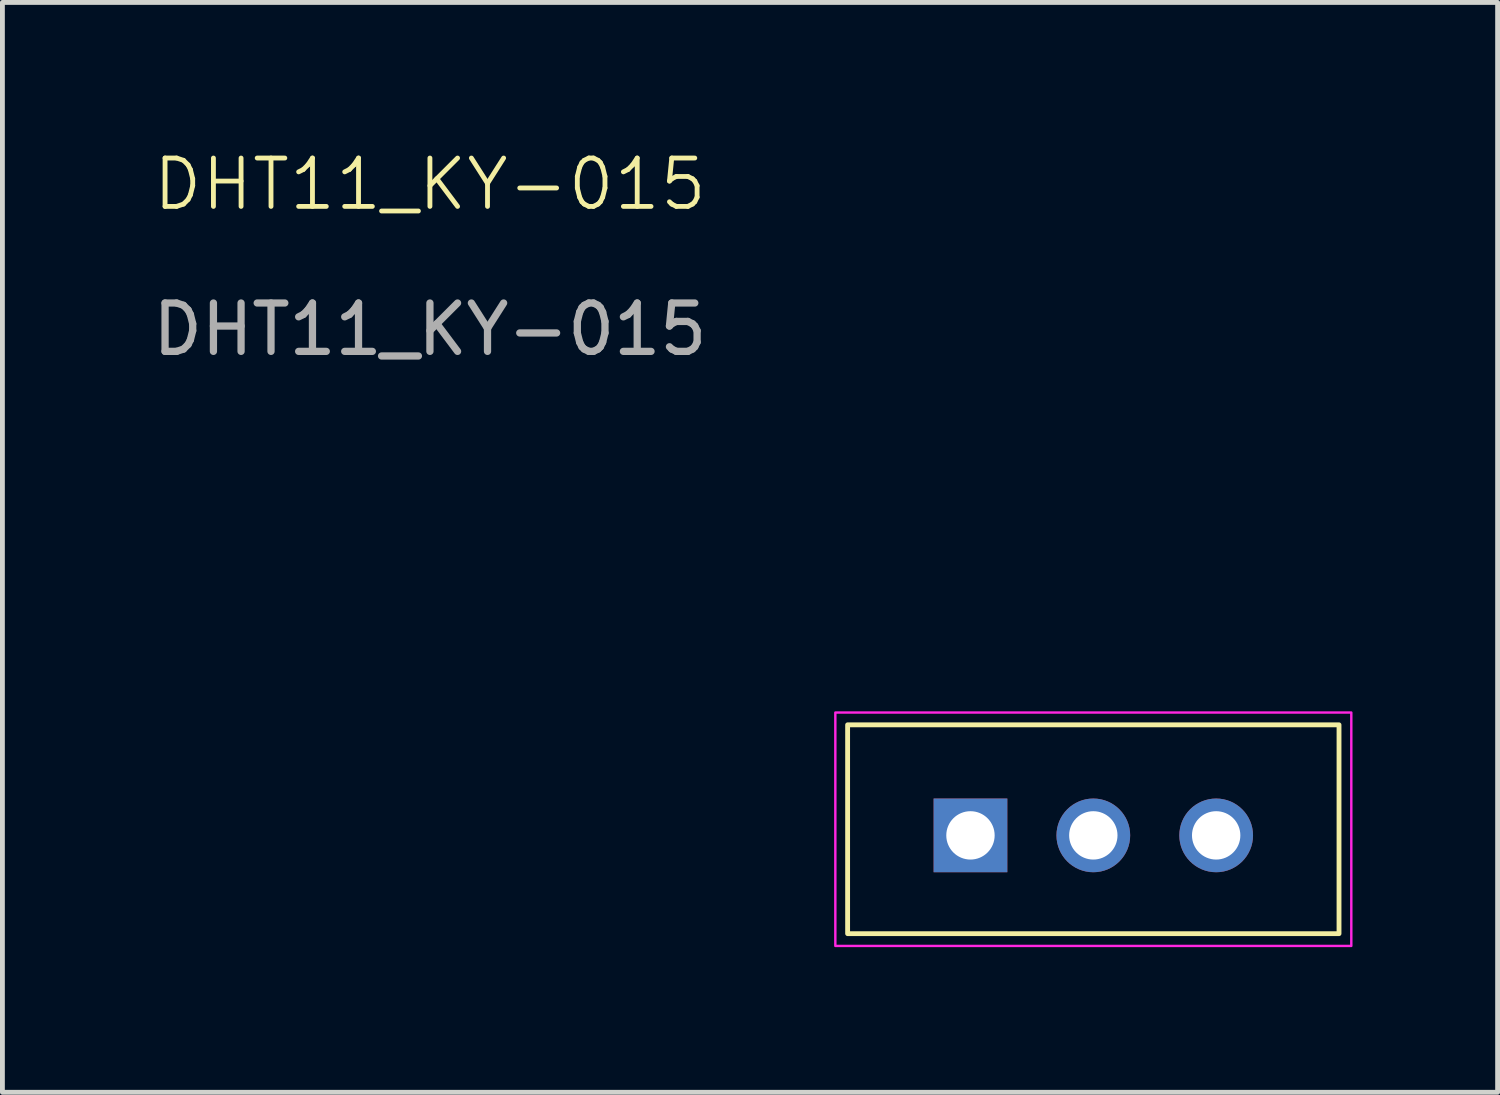
<source format=kicad_pcb>
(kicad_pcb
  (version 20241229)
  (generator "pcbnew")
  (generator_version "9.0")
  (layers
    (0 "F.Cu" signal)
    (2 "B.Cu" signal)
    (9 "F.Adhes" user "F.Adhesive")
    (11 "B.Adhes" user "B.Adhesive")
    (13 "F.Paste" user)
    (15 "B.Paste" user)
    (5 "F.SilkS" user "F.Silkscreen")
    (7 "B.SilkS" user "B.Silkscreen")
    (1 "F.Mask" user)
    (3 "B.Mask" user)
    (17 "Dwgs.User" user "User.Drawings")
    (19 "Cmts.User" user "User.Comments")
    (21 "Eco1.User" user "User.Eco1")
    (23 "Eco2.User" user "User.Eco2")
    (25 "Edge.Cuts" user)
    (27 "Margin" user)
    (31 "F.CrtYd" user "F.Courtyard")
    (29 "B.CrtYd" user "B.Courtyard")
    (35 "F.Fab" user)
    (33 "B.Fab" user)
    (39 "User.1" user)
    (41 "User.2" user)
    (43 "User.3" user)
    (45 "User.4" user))
  (footprint "DHT11_KY-015"
    (layer "F.Cu")
    (at 20.063 14.476)
    (property "Reference" "DHT11_KY-015" (at -14.224 -13.716 0) (unlocked yes) (layer "F.SilkS") (effects (font (size 1 1) (thickness 0.1))))
    (attr through_hole)
    (fp_rect (start -5.588 -2.54) (end 4.572 1.778) (stroke (width 0.1) (type default)) (fill no) (layer "F.SilkS"))
    (fp_rect (start -5.842 -2.794) (end 4.826 2.032) (stroke (width 0.05) (type default)) (fill no) (layer "F.CrtYd"))
    (fp_text user "${REFERENCE}" (at -14.224 -10.716 0) (unlocked yes) (layer "F.Fab") (effects (font (size 1 1) (thickness 0.15))))
    (pad "1" thru_hole rect (at -3.048 -0.254) (size 1.524 1.524) (drill 1) (layers "*.Cu" "*.Mask"))
    (pad "2" thru_hole circle (at -0.508 -0.254) (size 1.524 1.524) (drill 1) (layers "*.Cu" "*.Mask"))
    (pad "3" thru_hole circle (at 2.032 -0.254) (size 1.524 1.524) (drill 1) (layers "*.Cu" "*.Mask")))
  (gr_rect
    (start -3 -3)
    (end 27.914 19.534)
    (stroke (width 0.1) (type default))
    (fill no)
    (layer "Edge.Cuts")))
</source>
